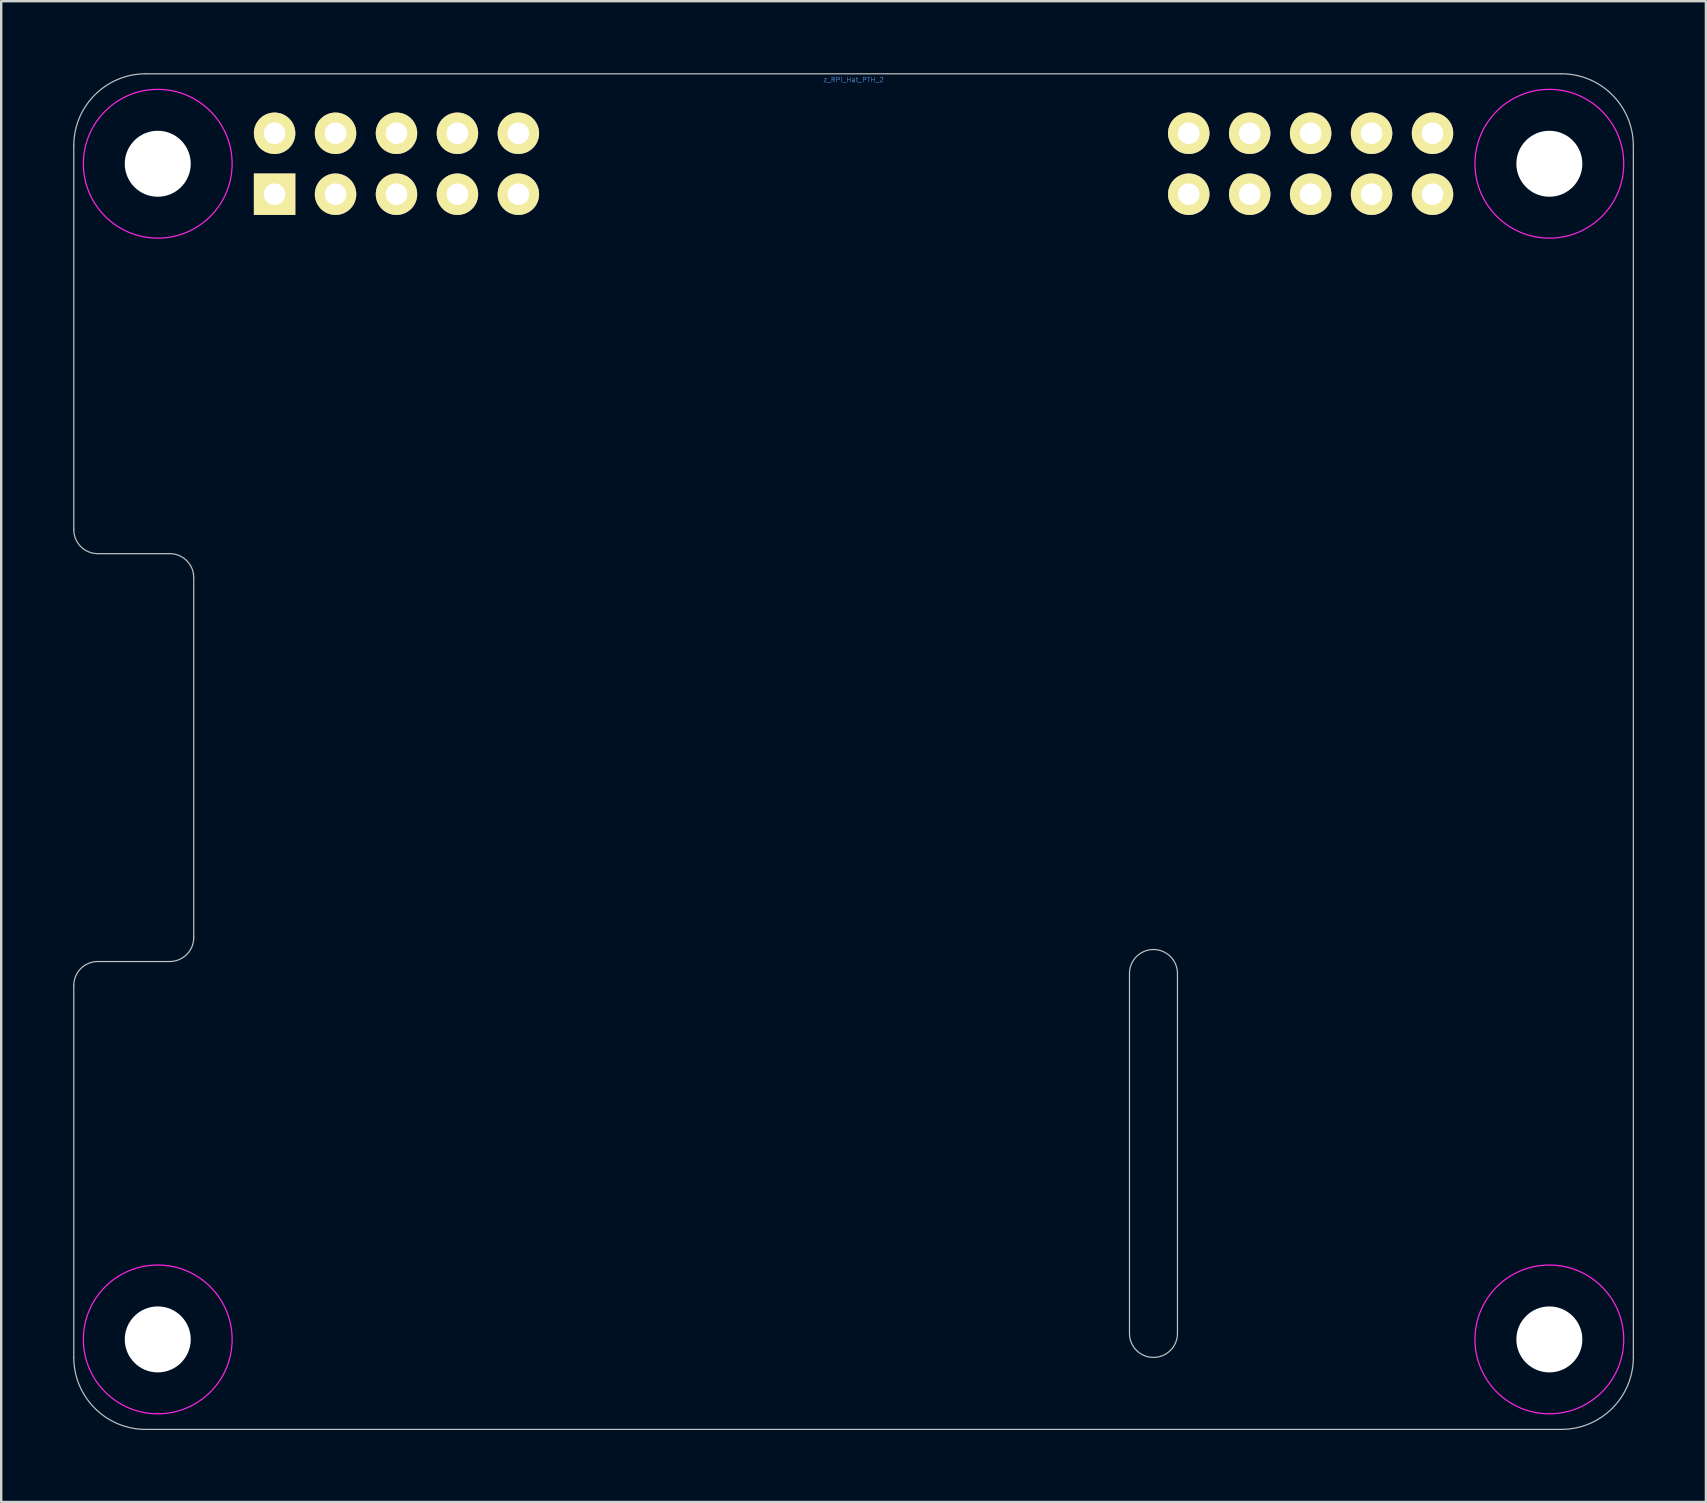
<source format=kicad_pcb>
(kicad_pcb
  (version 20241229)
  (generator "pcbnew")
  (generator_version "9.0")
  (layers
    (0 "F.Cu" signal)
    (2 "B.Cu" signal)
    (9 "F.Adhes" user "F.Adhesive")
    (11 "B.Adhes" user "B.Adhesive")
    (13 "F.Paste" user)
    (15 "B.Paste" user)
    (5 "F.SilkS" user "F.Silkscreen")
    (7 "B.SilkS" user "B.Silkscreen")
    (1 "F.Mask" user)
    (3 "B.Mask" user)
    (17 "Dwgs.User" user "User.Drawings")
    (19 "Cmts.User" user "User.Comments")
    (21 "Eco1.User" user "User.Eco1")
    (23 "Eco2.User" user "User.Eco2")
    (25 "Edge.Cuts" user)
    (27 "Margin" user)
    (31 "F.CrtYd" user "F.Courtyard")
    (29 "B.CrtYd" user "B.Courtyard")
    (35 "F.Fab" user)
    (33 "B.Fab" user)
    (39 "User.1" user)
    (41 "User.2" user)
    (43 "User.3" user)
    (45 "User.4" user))
  (footprint "z_RPi_Hat_PTH_2"
    (layer "F.Cu")
    (at 32.525 28.275)
    (property "Reference" "z_RPi_Hat_PTH_2" (at 0 -28 0) (layer "Cmts.User") (effects (font (size 0.2 0.2) (thickness 0.02))))
    (attr through_hole)
    (fp_line (start -32.5 -25.25) (end -32.5 -9.25) (stroke (width 0.05) (type solid)) (layer "Dwgs.User"))
    (fp_line (start -32.5 9.75) (end -32.5 25.25) (stroke (width 0.05) (type solid)) (layer "Dwgs.User"))
    (fp_line (start -31.5 -8.25) (end -28.5 -8.25) (stroke (width 0.05) (type solid)) (layer "Dwgs.User"))
    (fp_line (start -31.5 8.75) (end -28.5 8.75) (stroke (width 0.05) (type solid)) (layer "Dwgs.User"))
    (fp_line (start -29.5 -28.25) (end 29.5 -28.25) (stroke (width 0.05) (type solid)) (layer "Dwgs.User"))
    (fp_line (start -29.5 28.25) (end 29.5 28.25) (stroke (width 0.05) (type solid)) (layer "Dwgs.User"))
    (fp_line (start -27.5 -7.25) (end -27.5 7.75) (stroke (width 0.05) (type solid)) (layer "Dwgs.User"))
    (fp_line (start 11.5 9.25) (end 11.5 24.25) (stroke (width 0.05) (type solid)) (layer "Dwgs.User"))
    (fp_line (start 13.5 9.25) (end 13.5 24.25) (stroke (width 0.05) (type solid)) (layer "Dwgs.User"))
    (fp_line (start 32.5 -25.25) (end 32.5 25.25) (stroke (width 0.05) (type solid)) (layer "Dwgs.User"))
    (fp_arc (start -32.5 -25.25) (mid -31.62132 -27.37132) (end -29.5 -28.25) (stroke (width 0.05) (type solid)) (layer "Dwgs.User"))
    (fp_arc (start -32.5 9.75) (mid -32.207107 9.042893) (end -31.5 8.75) (stroke (width 0.05) (type solid)) (layer "Dwgs.User"))
    (fp_arc (start -31.5 -8.25) (mid -32.207107 -8.542893) (end -32.5 -9.25) (stroke (width 0.05) (type solid)) (layer "Dwgs.User"))
    (fp_arc (start -29.5 28.25) (mid -31.62132 27.37132) (end -32.5 25.25) (stroke (width 0.05) (type solid)) (layer "Dwgs.User"))
    (fp_arc (start -28.5 -8.25) (mid -27.792893 -7.957107) (end -27.5 -7.25) (stroke (width 0.05) (type solid)) (layer "Dwgs.User"))
    (fp_arc (start -27.5 7.75) (mid -27.792893 8.457107) (end -28.5 8.75) (stroke (width 0.05) (type solid)) (layer "Dwgs.User"))
    (fp_arc (start 11.5 9.25) (mid 12.5 8.25) (end 13.5 9.25) (stroke (width 0.05) (type solid)) (layer "Dwgs.User"))
    (fp_arc (start 13.5 24.25) (mid 12.5 25.25) (end 11.5 24.25) (stroke (width 0.05) (type solid)) (layer "Dwgs.User"))
    (fp_arc (start 29.5 -28.25) (mid 31.62132 -27.37132) (end 32.5 -25.25) (stroke (width 0.05) (type solid)) (layer "Dwgs.User"))
    (fp_arc (start 32.5 25.25) (mid 31.62132 27.37132) (end 29.5 28.25) (stroke (width 0.05) (type solid)) (layer "Dwgs.User"))
    (fp_circle (center -29 -24.5) (end -32.1 -24.5) (stroke (width 0.05) (type solid)) (fill no) (layer "F.CrtYd"))
    (fp_circle (center -29 24.5) (end -32.1 24.5) (stroke (width 0.05) (type solid)) (fill no) (layer "F.CrtYd"))
    (fp_circle (center 29 -24.5) (end 25.9 -24.5) (stroke (width 0.05) (type solid)) (fill no) (layer "F.CrtYd"))
    (fp_circle (center 29 24.5) (end 25.9 24.5) (stroke (width 0.05) (type solid)) (fill no) (layer "F.CrtYd"))
    (pad "" np_thru_hole circle (at -29 -24.5) (size 2.75 2.75) (drill 2.75) (layers "*.Cu" "*.Mask"))
    (pad "" np_thru_hole circle (at -29 24.5) (size 2.75 2.75) (drill 2.75) (layers "*.Cu" "*.Mask"))
    (pad "" np_thru_hole circle (at 29 -24.5) (size 2.75 2.75) (drill 2.75) (layers "*.Cu" "*.Mask"))
    (pad "" np_thru_hole circle (at 29 24.5) (size 2.75 2.75) (drill 2.75) (layers "*.Cu" "*.Mask"))
    (pad "1" thru_hole rect (at -24.13 -23.23 180) (size 1.727 1.727) (drill 0.9) (layers "*.Cu" "*.Mask" "F.SilkS"))
    (pad "2" thru_hole circle (at -24.13 -25.77 180) (size 1.727 1.727) (drill 0.9) (layers "*.Cu" "*.Mask" "F.SilkS"))
    (pad "3" thru_hole circle (at -21.59 -23.23 180) (size 1.727 1.727) (drill 0.9) (layers "*.Cu" "*.Mask" "F.SilkS"))
    (pad "4" thru_hole circle (at -21.59 -25.77 180) (size 1.727 1.727) (drill 0.9) (layers "*.Cu" "*.Mask" "F.SilkS"))
    (pad "5" thru_hole circle (at -19.05 -23.23 180) (size 1.727 1.727) (drill 0.9) (layers "*.Cu" "*.Mask" "F.SilkS"))
    (pad "6" thru_hole circle (at -19.05 -25.77 180) (size 1.727 1.727) (drill 0.9) (layers "*.Cu" "*.Mask" "F.SilkS"))
    (pad "7" thru_hole circle (at -16.51 -23.23 180) (size 1.727 1.727) (drill 0.9) (layers "*.Cu" "*.Mask" "F.SilkS"))
    (pad "8" thru_hole circle (at -16.51 -25.77 180) (size 1.727 1.727) (drill 0.9) (layers "*.Cu" "*.Mask" "F.SilkS"))
    (pad "9" thru_hole circle (at -13.97 -23.23 180) (size 1.727 1.727) (drill 0.9) (layers "*.Cu" "*.Mask" "F.SilkS"))
    (pad "10" thru_hole circle (at -13.97 -25.77 180) (size 1.727 1.727) (drill 0.9) (layers "*.Cu" "*.Mask" "F.SilkS"))
    (pad "31" thru_hole circle (at 13.97 -23.23 180) (size 1.727 1.727) (drill 0.9) (layers "*.Cu" "*.Mask" "F.SilkS"))
    (pad "32" thru_hole circle (at 13.97 -25.77 180) (size 1.727 1.727) (drill 0.9) (layers "*.Cu" "*.Mask" "F.SilkS"))
    (pad "33" thru_hole circle (at 16.51 -23.23 180) (size 1.727 1.727) (drill 0.9) (layers "*.Cu" "*.Mask" "F.SilkS"))
    (pad "34" thru_hole circle (at 16.51 -25.77 180) (size 1.727 1.727) (drill 0.9) (layers "*.Cu" "*.Mask" "F.SilkS"))
    (pad "35" thru_hole circle (at 19.05 -23.23 180) (size 1.727 1.727) (drill 0.9) (layers "*.Cu" "*.Mask" "F.SilkS"))
    (pad "36" thru_hole circle (at 19.05 -25.77 180) (size 1.727 1.727) (drill 0.9) (layers "*.Cu" "*.Mask" "F.SilkS"))
    (pad "37" thru_hole circle (at 21.59 -23.23 180) (size 1.727 1.727) (drill 0.9) (layers "*.Cu" "*.Mask" "F.SilkS"))
    (pad "38" thru_hole circle (at 21.59 -25.77 180) (size 1.727 1.727) (drill 0.9) (layers "*.Cu" "*.Mask" "F.SilkS"))
    (pad "39" thru_hole circle (at 24.13 -23.23 180) (size 1.727 1.727) (drill 0.9) (layers "*.Cu" "*.Mask" "F.SilkS"))
    (pad "40" thru_hole circle (at 24.13 -25.77 180) (size 1.727 1.727) (drill 0.9) (layers "*.Cu" "*.Mask" "F.SilkS")))
  (gr_rect
    (start -3 -3)
    (end 68.05 59.55)
    (stroke (width 0.1) (type default))
    (fill no)
    (layer "Edge.Cuts")))
</source>
